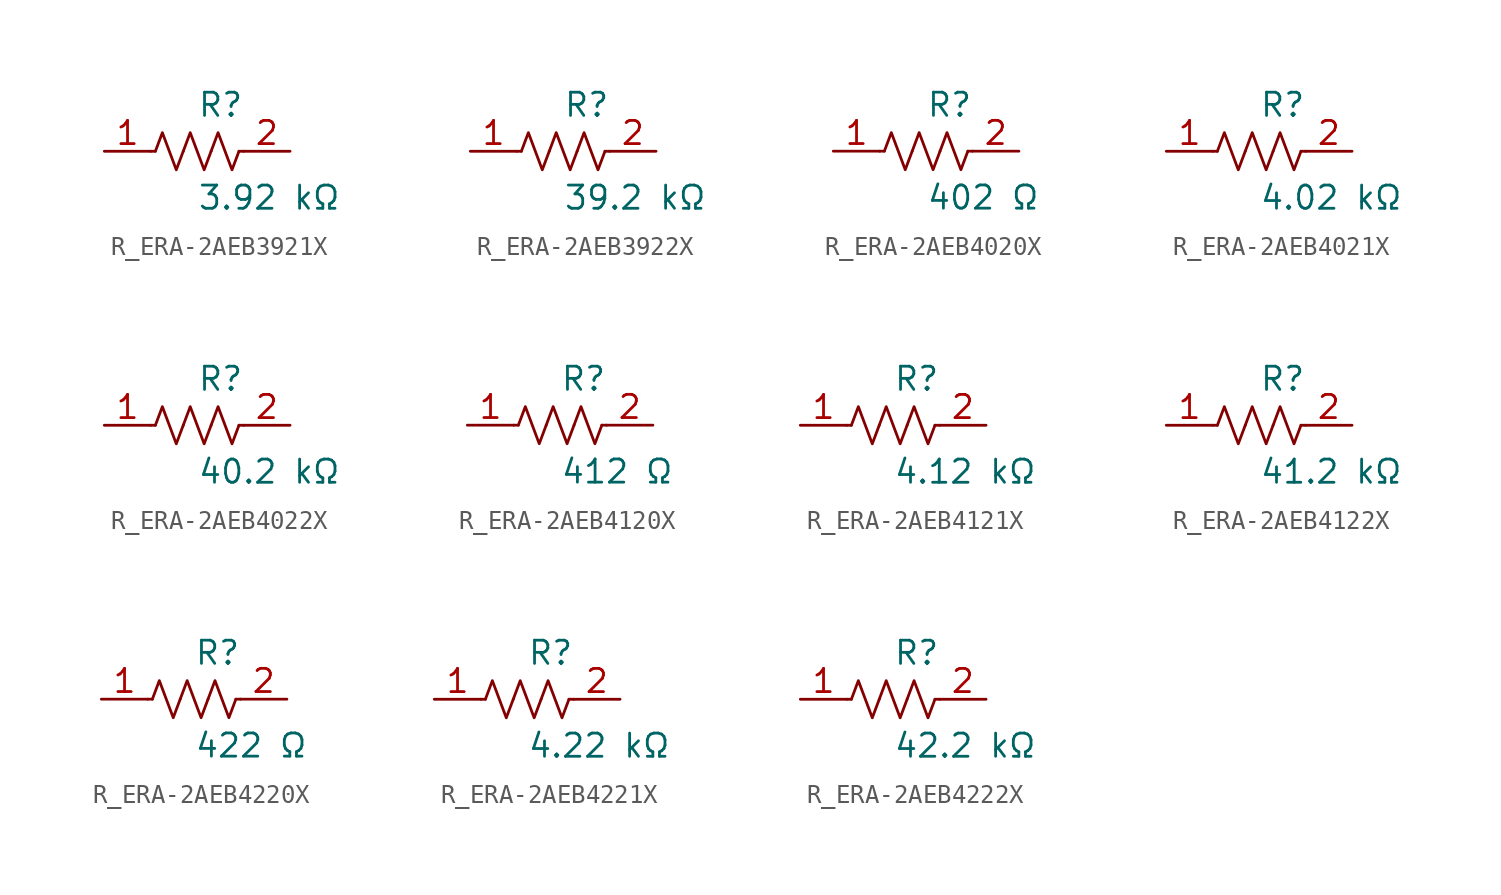
<source format=kicad_sym>
(kicad_symbol_lib
  (version 20231120)
  (generator kicad_symbol_editor)
  (generator_version 8.0)
  (symbol "R_ERA-2AEB3921X"
    (pin_names
      (offset 0.254))
    (property "Reference" "R"
      (at 0.0 2.54 0)
      (effects (font (size 1.27 1.27)) (justify left)))
    (property "Value" "3.92 kΩ"
      (at 0.0 -2.54 0)
      (effects (font (size 1.27 1.27)) (justify left)))
    (symbol "R_ERA-2AEB3921X_0_1"
      (polyline (pts (xy 2.286 0) (xy 2.54 0)) (stroke (width 0) (type default)) (fill (type none)))
      (polyline (pts (xy -2.286 0) (xy -2.54 0)) (stroke (width 0) (type default)) (fill (type none)))
      (polyline (pts (xy 0.762 0) (xy 1.143 1.016) (xy 1.524 0) (xy 1.905 -1.016) (xy 2.286 0)) (stroke (width 0) (type default)) (fill (type none)))
      (polyline (pts (xy -0.762 0) (xy -0.381 1.016) (xy 0 0) (xy 0.381 -1.016) (xy 0.762 0)) (stroke (width 0) (type default)) (fill (type none)))
      (polyline (pts (xy -2.286 0) (xy -1.905 1.016) (xy -1.524 0) (xy -1.143 -1.016) (xy -0.762 0)) (stroke (width 0) (type default)) (fill (type none))))
    (pin unspecified line
      (at -5.08 0 0)
      (length 2.54)
      (name "" (effects (font (size 1.27 1.27))))
      (number "1" (effects (font (size 1.27 1.27)))))
    (pin unspecified line
      (at 5.08 0 180)
      (length 2.54)
      (name "" (effects (font (size 1.27 1.27))))
      (number "2" (effects (font (size 1.27 1.27))))))
  (symbol "R_ERA-2AEB3922X"
    (pin_names
      (offset 0.254))
    (property "Reference" "R"
      (at 0.0 2.54 0)
      (effects (font (size 1.27 1.27)) (justify left)))
    (property "Value" "39.2 kΩ"
      (at 0.0 -2.54 0)
      (effects (font (size 1.27 1.27)) (justify left)))
    (symbol "R_ERA-2AEB3922X_0_1"
      (polyline (pts (xy 2.286 0) (xy 2.54 0)) (stroke (width 0) (type default)) (fill (type none)))
      (polyline (pts (xy -2.286 0) (xy -2.54 0)) (stroke (width 0) (type default)) (fill (type none)))
      (polyline (pts (xy 0.762 0) (xy 1.143 1.016) (xy 1.524 0) (xy 1.905 -1.016) (xy 2.286 0)) (stroke (width 0) (type default)) (fill (type none)))
      (polyline (pts (xy -0.762 0) (xy -0.381 1.016) (xy 0 0) (xy 0.381 -1.016) (xy 0.762 0)) (stroke (width 0) (type default)) (fill (type none)))
      (polyline (pts (xy -2.286 0) (xy -1.905 1.016) (xy -1.524 0) (xy -1.143 -1.016) (xy -0.762 0)) (stroke (width 0) (type default)) (fill (type none))))
    (pin unspecified line
      (at -5.08 0 0)
      (length 2.54)
      (name "" (effects (font (size 1.27 1.27))))
      (number "1" (effects (font (size 1.27 1.27)))))
    (pin unspecified line
      (at 5.08 0 180)
      (length 2.54)
      (name "" (effects (font (size 1.27 1.27))))
      (number "2" (effects (font (size 1.27 1.27))))))
  (symbol "R_ERA-2AEB4020X"
    (pin_names
      (offset 0.254))
    (property "Reference" "R"
      (at 0.0 2.54 0)
      (effects (font (size 1.27 1.27)) (justify left)))
    (property "Value" "402 Ω"
      (at 0.0 -2.54 0)
      (effects (font (size 1.27 1.27)) (justify left)))
    (symbol "R_ERA-2AEB4020X_0_1"
      (polyline (pts (xy 2.286 0) (xy 2.54 0)) (stroke (width 0) (type default)) (fill (type none)))
      (polyline (pts (xy -2.286 0) (xy -2.54 0)) (stroke (width 0) (type default)) (fill (type none)))
      (polyline (pts (xy 0.762 0) (xy 1.143 1.016) (xy 1.524 0) (xy 1.905 -1.016) (xy 2.286 0)) (stroke (width 0) (type default)) (fill (type none)))
      (polyline (pts (xy -0.762 0) (xy -0.381 1.016) (xy 0 0) (xy 0.381 -1.016) (xy 0.762 0)) (stroke (width 0) (type default)) (fill (type none)))
      (polyline (pts (xy -2.286 0) (xy -1.905 1.016) (xy -1.524 0) (xy -1.143 -1.016) (xy -0.762 0)) (stroke (width 0) (type default)) (fill (type none))))
    (pin unspecified line
      (at -5.08 0 0)
      (length 2.54)
      (name "" (effects (font (size 1.27 1.27))))
      (number "1" (effects (font (size 1.27 1.27)))))
    (pin unspecified line
      (at 5.08 0 180)
      (length 2.54)
      (name "" (effects (font (size 1.27 1.27))))
      (number "2" (effects (font (size 1.27 1.27))))))
  (symbol "R_ERA-2AEB4021X"
    (pin_names
      (offset 0.254))
    (property "Reference" "R"
      (at 0.0 2.54 0)
      (effects (font (size 1.27 1.27)) (justify left)))
    (property "Value" "4.02 kΩ"
      (at 0.0 -2.54 0)
      (effects (font (size 1.27 1.27)) (justify left)))
    (symbol "R_ERA-2AEB4021X_0_1"
      (polyline (pts (xy 2.286 0) (xy 2.54 0)) (stroke (width 0) (type default)) (fill (type none)))
      (polyline (pts (xy -2.286 0) (xy -2.54 0)) (stroke (width 0) (type default)) (fill (type none)))
      (polyline (pts (xy 0.762 0) (xy 1.143 1.016) (xy 1.524 0) (xy 1.905 -1.016) (xy 2.286 0)) (stroke (width 0) (type default)) (fill (type none)))
      (polyline (pts (xy -0.762 0) (xy -0.381 1.016) (xy 0 0) (xy 0.381 -1.016) (xy 0.762 0)) (stroke (width 0) (type default)) (fill (type none)))
      (polyline (pts (xy -2.286 0) (xy -1.905 1.016) (xy -1.524 0) (xy -1.143 -1.016) (xy -0.762 0)) (stroke (width 0) (type default)) (fill (type none))))
    (pin unspecified line
      (at -5.08 0 0)
      (length 2.54)
      (name "" (effects (font (size 1.27 1.27))))
      (number "1" (effects (font (size 1.27 1.27)))))
    (pin unspecified line
      (at 5.08 0 180)
      (length 2.54)
      (name "" (effects (font (size 1.27 1.27))))
      (number "2" (effects (font (size 1.27 1.27))))))
  (symbol "R_ERA-2AEB4022X"
    (pin_names
      (offset 0.254))
    (property "Reference" "R"
      (at 0.0 2.54 0)
      (effects (font (size 1.27 1.27)) (justify left)))
    (property "Value" "40.2 kΩ"
      (at 0.0 -2.54 0)
      (effects (font (size 1.27 1.27)) (justify left)))
    (symbol "R_ERA-2AEB4022X_0_1"
      (polyline (pts (xy 2.286 0) (xy 2.54 0)) (stroke (width 0) (type default)) (fill (type none)))
      (polyline (pts (xy -2.286 0) (xy -2.54 0)) (stroke (width 0) (type default)) (fill (type none)))
      (polyline (pts (xy 0.762 0) (xy 1.143 1.016) (xy 1.524 0) (xy 1.905 -1.016) (xy 2.286 0)) (stroke (width 0) (type default)) (fill (type none)))
      (polyline (pts (xy -0.762 0) (xy -0.381 1.016) (xy 0 0) (xy 0.381 -1.016) (xy 0.762 0)) (stroke (width 0) (type default)) (fill (type none)))
      (polyline (pts (xy -2.286 0) (xy -1.905 1.016) (xy -1.524 0) (xy -1.143 -1.016) (xy -0.762 0)) (stroke (width 0) (type default)) (fill (type none))))
    (pin unspecified line
      (at -5.08 0 0)
      (length 2.54)
      (name "" (effects (font (size 1.27 1.27))))
      (number "1" (effects (font (size 1.27 1.27)))))
    (pin unspecified line
      (at 5.08 0 180)
      (length 2.54)
      (name "" (effects (font (size 1.27 1.27))))
      (number "2" (effects (font (size 1.27 1.27))))))
  (symbol "R_ERA-2AEB4120X"
    (pin_names
      (offset 0.254))
    (property "Reference" "R"
      (at 0.0 2.54 0)
      (effects (font (size 1.27 1.27)) (justify left)))
    (property "Value" "412 Ω"
      (at 0.0 -2.54 0)
      (effects (font (size 1.27 1.27)) (justify left)))
    (symbol "R_ERA-2AEB4120X_0_1"
      (polyline (pts (xy 2.286 0) (xy 2.54 0)) (stroke (width 0) (type default)) (fill (type none)))
      (polyline (pts (xy -2.286 0) (xy -2.54 0)) (stroke (width 0) (type default)) (fill (type none)))
      (polyline (pts (xy 0.762 0) (xy 1.143 1.016) (xy 1.524 0) (xy 1.905 -1.016) (xy 2.286 0)) (stroke (width 0) (type default)) (fill (type none)))
      (polyline (pts (xy -0.762 0) (xy -0.381 1.016) (xy 0 0) (xy 0.381 -1.016) (xy 0.762 0)) (stroke (width 0) (type default)) (fill (type none)))
      (polyline (pts (xy -2.286 0) (xy -1.905 1.016) (xy -1.524 0) (xy -1.143 -1.016) (xy -0.762 0)) (stroke (width 0) (type default)) (fill (type none))))
    (pin unspecified line
      (at -5.08 0 0)
      (length 2.54)
      (name "" (effects (font (size 1.27 1.27))))
      (number "1" (effects (font (size 1.27 1.27)))))
    (pin unspecified line
      (at 5.08 0 180)
      (length 2.54)
      (name "" (effects (font (size 1.27 1.27))))
      (number "2" (effects (font (size 1.27 1.27))))))
  (symbol "R_ERA-2AEB4121X"
    (pin_names
      (offset 0.254))
    (property "Reference" "R"
      (at 0.0 2.54 0)
      (effects (font (size 1.27 1.27)) (justify left)))
    (property "Value" "4.12 kΩ"
      (at 0.0 -2.54 0)
      (effects (font (size 1.27 1.27)) (justify left)))
    (symbol "R_ERA-2AEB4121X_0_1"
      (polyline (pts (xy 2.286 0) (xy 2.54 0)) (stroke (width 0) (type default)) (fill (type none)))
      (polyline (pts (xy -2.286 0) (xy -2.54 0)) (stroke (width 0) (type default)) (fill (type none)))
      (polyline (pts (xy 0.762 0) (xy 1.143 1.016) (xy 1.524 0) (xy 1.905 -1.016) (xy 2.286 0)) (stroke (width 0) (type default)) (fill (type none)))
      (polyline (pts (xy -0.762 0) (xy -0.381 1.016) (xy 0 0) (xy 0.381 -1.016) (xy 0.762 0)) (stroke (width 0) (type default)) (fill (type none)))
      (polyline (pts (xy -2.286 0) (xy -1.905 1.016) (xy -1.524 0) (xy -1.143 -1.016) (xy -0.762 0)) (stroke (width 0) (type default)) (fill (type none))))
    (pin unspecified line
      (at -5.08 0 0)
      (length 2.54)
      (name "" (effects (font (size 1.27 1.27))))
      (number "1" (effects (font (size 1.27 1.27)))))
    (pin unspecified line
      (at 5.08 0 180)
      (length 2.54)
      (name "" (effects (font (size 1.27 1.27))))
      (number "2" (effects (font (size 1.27 1.27))))))
  (symbol "R_ERA-2AEB4122X"
    (pin_names
      (offset 0.254))
    (property "Reference" "R"
      (at 0.0 2.54 0)
      (effects (font (size 1.27 1.27)) (justify left)))
    (property "Value" "41.2 kΩ"
      (at 0.0 -2.54 0)
      (effects (font (size 1.27 1.27)) (justify left)))
    (symbol "R_ERA-2AEB4122X_0_1"
      (polyline (pts (xy 2.286 0) (xy 2.54 0)) (stroke (width 0) (type default)) (fill (type none)))
      (polyline (pts (xy -2.286 0) (xy -2.54 0)) (stroke (width 0) (type default)) (fill (type none)))
      (polyline (pts (xy 0.762 0) (xy 1.143 1.016) (xy 1.524 0) (xy 1.905 -1.016) (xy 2.286 0)) (stroke (width 0) (type default)) (fill (type none)))
      (polyline (pts (xy -0.762 0) (xy -0.381 1.016) (xy 0 0) (xy 0.381 -1.016) (xy 0.762 0)) (stroke (width 0) (type default)) (fill (type none)))
      (polyline (pts (xy -2.286 0) (xy -1.905 1.016) (xy -1.524 0) (xy -1.143 -1.016) (xy -0.762 0)) (stroke (width 0) (type default)) (fill (type none))))
    (pin unspecified line
      (at -5.08 0 0)
      (length 2.54)
      (name "" (effects (font (size 1.27 1.27))))
      (number "1" (effects (font (size 1.27 1.27)))))
    (pin unspecified line
      (at 5.08 0 180)
      (length 2.54)
      (name "" (effects (font (size 1.27 1.27))))
      (number "2" (effects (font (size 1.27 1.27))))))
  (symbol "R_ERA-2AEB4220X"
    (pin_names
      (offset 0.254))
    (property "Reference" "R"
      (at 0.0 2.54 0)
      (effects (font (size 1.27 1.27)) (justify left)))
    (property "Value" "422 Ω"
      (at 0.0 -2.54 0)
      (effects (font (size 1.27 1.27)) (justify left)))
    (symbol "R_ERA-2AEB4220X_0_1"
      (polyline (pts (xy 2.286 0) (xy 2.54 0)) (stroke (width 0) (type default)) (fill (type none)))
      (polyline (pts (xy -2.286 0) (xy -2.54 0)) (stroke (width 0) (type default)) (fill (type none)))
      (polyline (pts (xy 0.762 0) (xy 1.143 1.016) (xy 1.524 0) (xy 1.905 -1.016) (xy 2.286 0)) (stroke (width 0) (type default)) (fill (type none)))
      (polyline (pts (xy -0.762 0) (xy -0.381 1.016) (xy 0 0) (xy 0.381 -1.016) (xy 0.762 0)) (stroke (width 0) (type default)) (fill (type none)))
      (polyline (pts (xy -2.286 0) (xy -1.905 1.016) (xy -1.524 0) (xy -1.143 -1.016) (xy -0.762 0)) (stroke (width 0) (type default)) (fill (type none))))
    (pin unspecified line
      (at -5.08 0 0)
      (length 2.54)
      (name "" (effects (font (size 1.27 1.27))))
      (number "1" (effects (font (size 1.27 1.27)))))
    (pin unspecified line
      (at 5.08 0 180)
      (length 2.54)
      (name "" (effects (font (size 1.27 1.27))))
      (number "2" (effects (font (size 1.27 1.27))))))
  (symbol "R_ERA-2AEB4221X"
    (pin_names
      (offset 0.254))
    (property "Reference" "R"
      (at 0.0 2.54 0)
      (effects (font (size 1.27 1.27)) (justify left)))
    (property "Value" "4.22 kΩ"
      (at 0.0 -2.54 0)
      (effects (font (size 1.27 1.27)) (justify left)))
    (symbol "R_ERA-2AEB4221X_0_1"
      (polyline (pts (xy 2.286 0) (xy 2.54 0)) (stroke (width 0) (type default)) (fill (type none)))
      (polyline (pts (xy -2.286 0) (xy -2.54 0)) (stroke (width 0) (type default)) (fill (type none)))
      (polyline (pts (xy 0.762 0) (xy 1.143 1.016) (xy 1.524 0) (xy 1.905 -1.016) (xy 2.286 0)) (stroke (width 0) (type default)) (fill (type none)))
      (polyline (pts (xy -0.762 0) (xy -0.381 1.016) (xy 0 0) (xy 0.381 -1.016) (xy 0.762 0)) (stroke (width 0) (type default)) (fill (type none)))
      (polyline (pts (xy -2.286 0) (xy -1.905 1.016) (xy -1.524 0) (xy -1.143 -1.016) (xy -0.762 0)) (stroke (width 0) (type default)) (fill (type none))))
    (pin unspecified line
      (at -5.08 0 0)
      (length 2.54)
      (name "" (effects (font (size 1.27 1.27))))
      (number "1" (effects (font (size 1.27 1.27)))))
    (pin unspecified line
      (at 5.08 0 180)
      (length 2.54)
      (name "" (effects (font (size 1.27 1.27))))
      (number "2" (effects (font (size 1.27 1.27))))))
  (symbol "R_ERA-2AEB4222X"
    (pin_names
      (offset 0.254))
    (property "Reference" "R"
      (at 0.0 2.54 0)
      (effects (font (size 1.27 1.27)) (justify left)))
    (property "Value" "42.2 kΩ"
      (at 0.0 -2.54 0)
      (effects (font (size 1.27 1.27)) (justify left)))
    (symbol "R_ERA-2AEB4222X_0_1"
      (polyline (pts (xy 2.286 0) (xy 2.54 0)) (stroke (width 0) (type default)) (fill (type none)))
      (polyline (pts (xy -2.286 0) (xy -2.54 0)) (stroke (width 0) (type default)) (fill (type none)))
      (polyline (pts (xy 0.762 0) (xy 1.143 1.016) (xy 1.524 0) (xy 1.905 -1.016) (xy 2.286 0)) (stroke (width 0) (type default)) (fill (type none)))
      (polyline (pts (xy -0.762 0) (xy -0.381 1.016) (xy 0 0) (xy 0.381 -1.016) (xy 0.762 0)) (stroke (width 0) (type default)) (fill (type none)))
      (polyline (pts (xy -2.286 0) (xy -1.905 1.016) (xy -1.524 0) (xy -1.143 -1.016) (xy -0.762 0)) (stroke (width 0) (type default)) (fill (type none))))
    (pin unspecified line
      (at -5.08 0 0)
      (length 2.54)
      (name "" (effects (font (size 1.27 1.27))))
      (number "1" (effects (font (size 1.27 1.27)))))
    (pin unspecified line
      (at 5.08 0 180)
      (length 2.54)
      (name "" (effects (font (size 1.27 1.27))))
      (number "2" (effects (font (size 1.27 1.27)))))))
</source>
